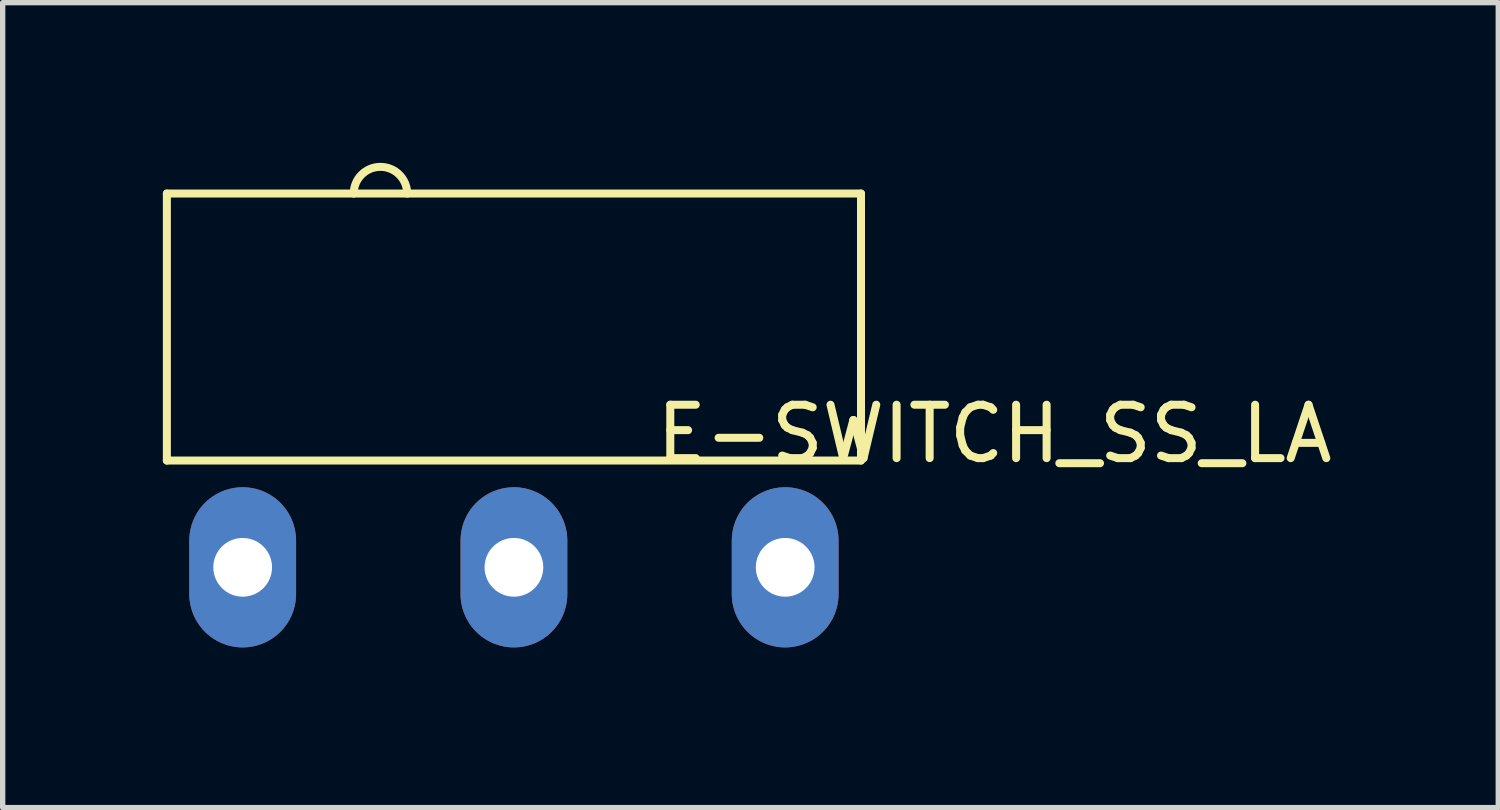
<source format=kicad_pcb>
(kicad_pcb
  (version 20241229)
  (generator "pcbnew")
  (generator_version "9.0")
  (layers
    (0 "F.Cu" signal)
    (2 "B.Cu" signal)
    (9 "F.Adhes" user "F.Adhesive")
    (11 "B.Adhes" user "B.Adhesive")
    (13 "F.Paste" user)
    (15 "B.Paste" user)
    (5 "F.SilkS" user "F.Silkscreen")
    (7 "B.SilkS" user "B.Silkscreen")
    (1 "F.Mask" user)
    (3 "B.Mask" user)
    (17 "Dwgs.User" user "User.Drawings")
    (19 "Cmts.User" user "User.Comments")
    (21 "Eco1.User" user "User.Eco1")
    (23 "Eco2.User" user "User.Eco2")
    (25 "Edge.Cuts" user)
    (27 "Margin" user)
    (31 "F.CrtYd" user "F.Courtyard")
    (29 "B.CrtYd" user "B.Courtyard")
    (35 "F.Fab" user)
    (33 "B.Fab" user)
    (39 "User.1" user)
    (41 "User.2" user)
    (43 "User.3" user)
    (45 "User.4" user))
  (footprint "E-SWITCH_SS_LA"
    (layer "F.Cu")
    (at 6.575 7.575)
    (property "Reference" "E-SWITCH_SS_LA" (at 9 -2.5 0) (layer "F.SilkS") (effects (font (size 1 1) (thickness 0.15))))
    (attr through_hole)
    (fp_line (start -6.5 -7) (end -6.5 -2) (stroke (width 0.15) (type solid)) (layer "F.SilkS"))
    (fp_line (start -6.5 -2) (end 6.5 -2) (stroke (width 0.15) (type solid)) (layer "F.SilkS"))
    (fp_line (start 6.5 -7) (end -6.5 -7) (stroke (width 0.15) (type solid)) (layer "F.SilkS"))
    (fp_line (start 6.5 -2) (end 6.5 -7) (stroke (width 0.15) (type solid)) (layer "F.SilkS"))
    (fp_arc (start -3 -7) (mid -2.5 -7.5) (end -2 -7) (stroke (width 0.15) (type solid)) (layer "F.SilkS"))
    (pad "1" thru_hole oval (at -5.08 0) (size 2 3) (drill 1.1) (layers "*.Cu" "*.Mask"))
    (pad "2" thru_hole oval (at 0 0) (size 2 3) (drill 1.1) (layers "*.Cu" "*.Mask"))
    (pad "3" thru_hole oval (at 5.08 0) (size 2 3) (drill 1.1) (layers "*.Cu" "*.Mask")))
  (gr_rect
    (start -3 -3)
    (end 25.01 12.075)
    (stroke (width 0.1) (type default))
    (fill no)
    (layer "Edge.Cuts")))
</source>
